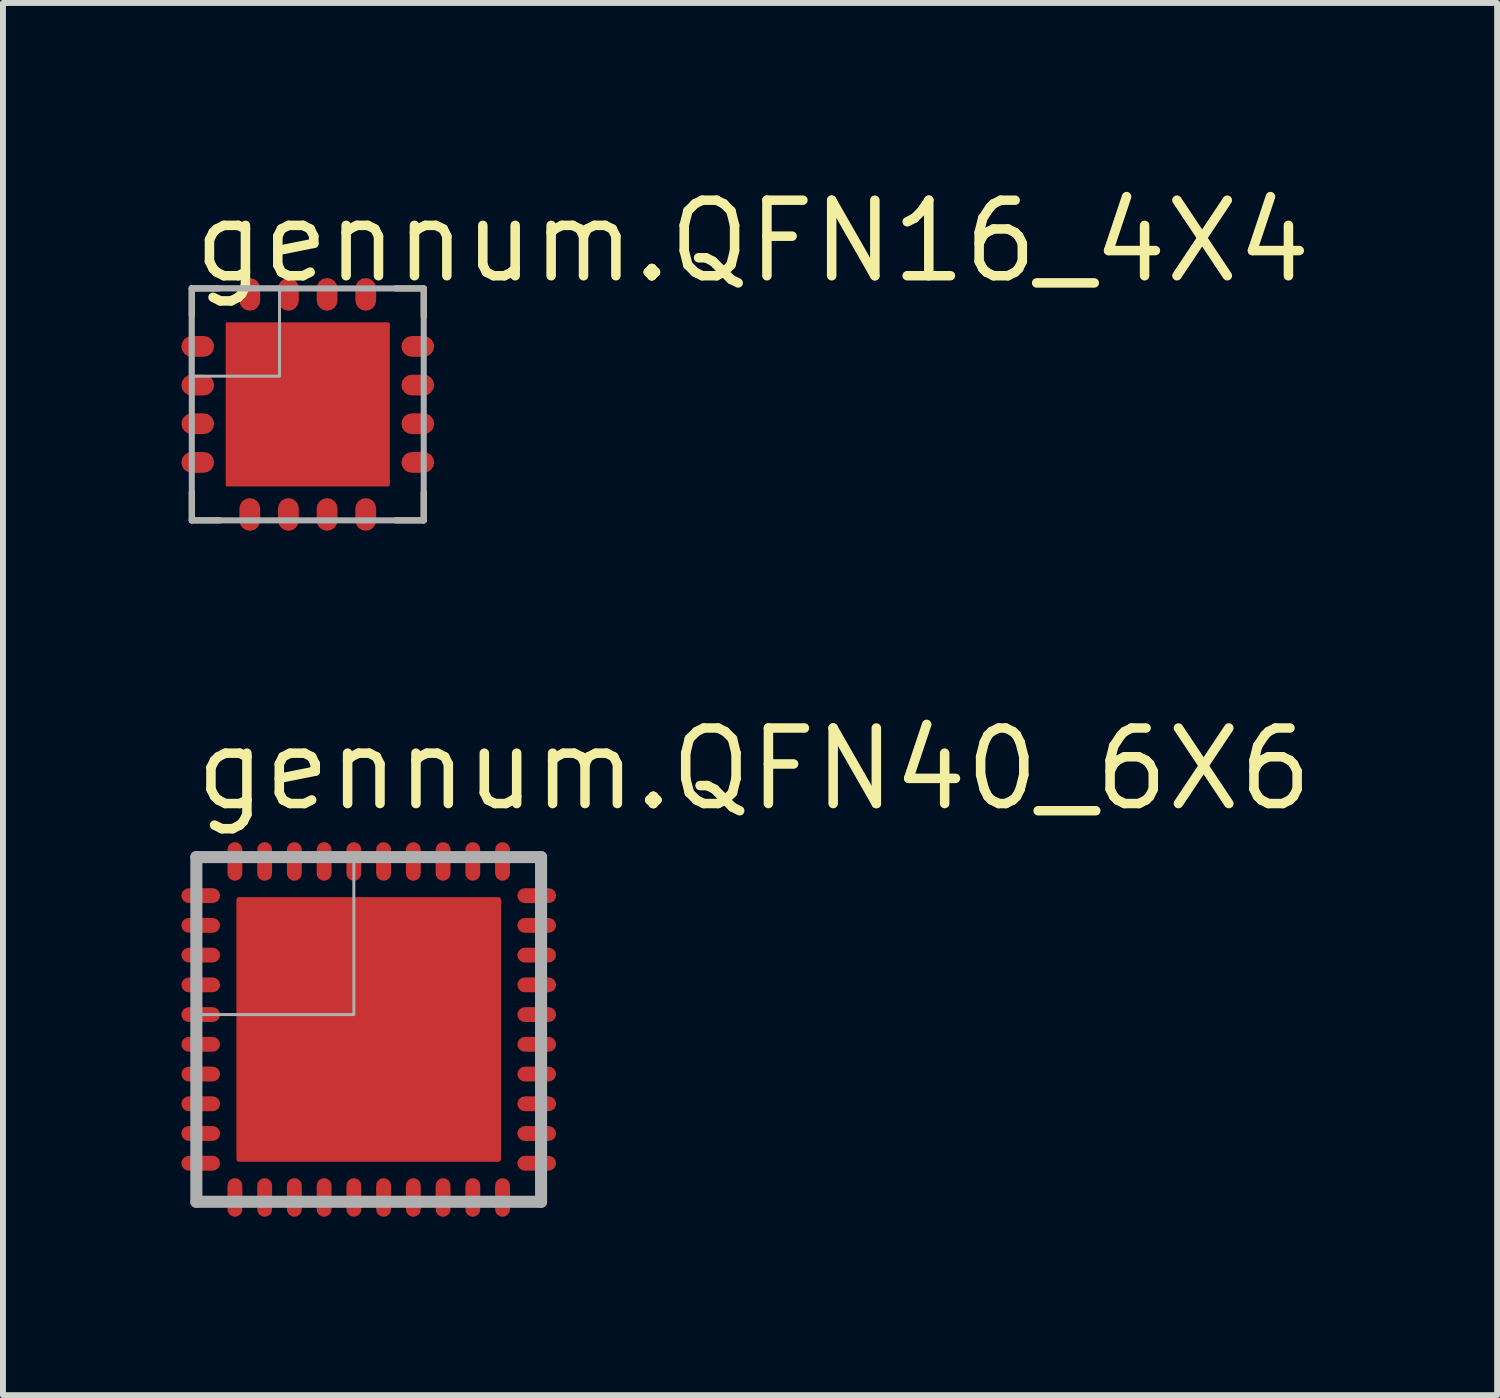
<source format=kicad_pcb>
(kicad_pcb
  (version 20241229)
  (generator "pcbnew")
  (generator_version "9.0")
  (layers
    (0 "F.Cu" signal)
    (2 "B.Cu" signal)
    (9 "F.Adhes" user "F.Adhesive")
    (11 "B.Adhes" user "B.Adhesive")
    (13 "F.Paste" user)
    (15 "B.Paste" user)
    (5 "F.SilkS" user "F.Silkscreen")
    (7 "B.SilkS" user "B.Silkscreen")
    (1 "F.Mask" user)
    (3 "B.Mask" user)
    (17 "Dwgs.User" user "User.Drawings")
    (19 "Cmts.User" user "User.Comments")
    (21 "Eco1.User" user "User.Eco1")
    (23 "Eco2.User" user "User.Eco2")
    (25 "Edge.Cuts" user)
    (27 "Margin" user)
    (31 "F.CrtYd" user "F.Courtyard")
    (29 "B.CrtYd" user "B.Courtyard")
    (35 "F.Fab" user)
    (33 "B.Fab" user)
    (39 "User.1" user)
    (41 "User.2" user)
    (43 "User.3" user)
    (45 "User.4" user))
  (footprint "gennum.QFN40_6X6"
    (layer "F.Cu")
    (at 3.15 14.26)
    (property "Reference" "gennum.QFN40_6X6" (at -3 -3.635 0) (layer "F.SilkS") (effects (font (size 1.27 1.27) (thickness 0.16)) (justify left bottom)))
    (attr smd)
    (fp_poly (pts (xy -2.225 -1.875) (xy -1.875 -2.225) (xy 2.225 -2.225) (xy 2.225 2.225) (xy -2.225 2.225)) (stroke (width 0.203) (type default)) (fill yes) (layer "F.Mask"))
    (fp_poly (pts (xy -2.025 2.025) (xy -2.025 -1.8) (xy -1.8 -2.025) (xy 2.025 -2.025) (xy 2.025 2.025)) (stroke (width 0.203) (type default)) (fill yes) (layer "F.Paste"))
    (fp_line (start -2.898 -2.898) (end -2.898 2.898) (stroke (width 0.203) (type default)) (layer "F.Fab"))
    (fp_line (start -2.898 2.898) (end 2.898 2.898) (stroke (width 0.203) (type default)) (layer "F.Fab"))
    (fp_line (start 2.898 -2.898) (end -2.898 -2.898) (stroke (width 0.203) (type default)) (layer "F.Fab"))
    (fp_line (start 2.898 2.898) (end 2.898 -2.898) (stroke (width 0.203) (type default)) (layer "F.Fab"))
    (fp_rect (start -2.85 -0.25) (end -0.25 -2.85) (stroke (width 0.05) (type default)) (fill no) (layer "F.Fab"))
    (pad "1" smd roundrect (at -2.825 -2.25) (size 0.65 0.25) (layers "F.Cu" "F.Mask" "F.Paste") (roundrect_rratio 0.5))
    (pad "2" smd roundrect (at -2.825 -1.75) (size 0.65 0.25) (layers "F.Cu" "F.Mask" "F.Paste") (roundrect_rratio 0.5))
    (pad "3" smd roundrect (at -2.825 -1.25) (size 0.65 0.25) (layers "F.Cu" "F.Mask" "F.Paste") (roundrect_rratio 0.5))
    (pad "4" smd roundrect (at -2.825 -0.75) (size 0.65 0.25) (layers "F.Cu" "F.Mask" "F.Paste") (roundrect_rratio 0.5))
    (pad "5" smd roundrect (at -2.825 -0.25) (size 0.65 0.25) (layers "F.Cu" "F.Mask" "F.Paste") (roundrect_rratio 0.5))
    (pad "6" smd roundrect (at -2.825 0.25) (size 0.65 0.25) (layers "F.Cu" "F.Mask" "F.Paste") (roundrect_rratio 0.5))
    (pad "7" smd roundrect (at -2.825 0.75) (size 0.65 0.25) (layers "F.Cu" "F.Mask" "F.Paste") (roundrect_rratio 0.5))
    (pad "8" smd roundrect (at -2.825 1.25) (size 0.65 0.25) (layers "F.Cu" "F.Mask" "F.Paste") (roundrect_rratio 0.5))
    (pad "9" smd roundrect (at -2.825 1.75) (size 0.65 0.25) (layers "F.Cu" "F.Mask" "F.Paste") (roundrect_rratio 0.5))
    (pad "10" smd roundrect (at -2.825 2.25) (size 0.65 0.25) (layers "F.Cu" "F.Mask" "F.Paste") (roundrect_rratio 0.5))
    (pad "11" smd roundrect (at -2.25 2.825) (size 0.25 0.65) (layers "F.Cu" "F.Mask" "F.Paste") (roundrect_rratio 0.5))
    (pad "12" smd roundrect (at -1.75 2.825) (size 0.25 0.65) (layers "F.Cu" "F.Mask" "F.Paste") (roundrect_rratio 0.5))
    (pad "13" smd roundrect (at -1.25 2.825) (size 0.25 0.65) (layers "F.Cu" "F.Mask" "F.Paste") (roundrect_rratio 0.5))
    (pad "14" smd roundrect (at -0.75 2.825) (size 0.25 0.65) (layers "F.Cu" "F.Mask" "F.Paste") (roundrect_rratio 0.5))
    (pad "15" smd roundrect (at -0.25 2.825) (size 0.25 0.65) (layers "F.Cu" "F.Mask" "F.Paste") (roundrect_rratio 0.5))
    (pad "16" smd roundrect (at 0.25 2.825) (size 0.25 0.65) (layers "F.Cu" "F.Mask" "F.Paste") (roundrect_rratio 0.5))
    (pad "17" smd roundrect (at 0.75 2.825) (size 0.25 0.65) (layers "F.Cu" "F.Mask" "F.Paste") (roundrect_rratio 0.5))
    (pad "18" smd roundrect (at 1.25 2.825) (size 0.25 0.65) (layers "F.Cu" "F.Mask" "F.Paste") (roundrect_rratio 0.5))
    (pad "19" smd roundrect (at 1.75 2.825) (size 0.25 0.65) (layers "F.Cu" "F.Mask" "F.Paste") (roundrect_rratio 0.5))
    (pad "20" smd roundrect (at 2.25 2.825) (size 0.25 0.65) (layers "F.Cu" "F.Mask" "F.Paste") (roundrect_rratio 0.5))
    (pad "21" smd roundrect (at 2.825 2.25) (size 0.65 0.25) (layers "F.Cu" "F.Mask" "F.Paste") (roundrect_rratio 0.5))
    (pad "22" smd roundrect (at 2.825 1.75) (size 0.65 0.25) (layers "F.Cu" "F.Mask" "F.Paste") (roundrect_rratio 0.5))
    (pad "23" smd roundrect (at 2.825 1.25) (size 0.65 0.25) (layers "F.Cu" "F.Mask" "F.Paste") (roundrect_rratio 0.5))
    (pad "24" smd roundrect (at 2.825 0.75) (size 0.65 0.25) (layers "F.Cu" "F.Mask" "F.Paste") (roundrect_rratio 0.5))
    (pad "25" smd roundrect (at 2.825 0.25) (size 0.65 0.25) (layers "F.Cu" "F.Mask" "F.Paste") (roundrect_rratio 0.5))
    (pad "26" smd roundrect (at 2.825 -0.25) (size 0.65 0.25) (layers "F.Cu" "F.Mask" "F.Paste") (roundrect_rratio 0.5))
    (pad "27" smd roundrect (at 2.825 -0.75) (size 0.65 0.25) (layers "F.Cu" "F.Mask" "F.Paste") (roundrect_rratio 0.5))
    (pad "28" smd roundrect (at 2.825 -1.25) (size 0.65 0.25) (layers "F.Cu" "F.Mask" "F.Paste") (roundrect_rratio 0.5))
    (pad "29" smd roundrect (at 2.825 -1.75) (size 0.65 0.25) (layers "F.Cu" "F.Mask" "F.Paste") (roundrect_rratio 0.5))
    (pad "30" smd roundrect (at 2.825 -2.25) (size 0.65 0.25) (layers "F.Cu" "F.Mask" "F.Paste") (roundrect_rratio 0.5))
    (pad "31" smd roundrect (at 2.25 -2.825) (size 0.25 0.65) (layers "F.Cu" "F.Mask" "F.Paste") (roundrect_rratio 0.5))
    (pad "32" smd roundrect (at 1.75 -2.825) (size 0.25 0.65) (layers "F.Cu" "F.Mask" "F.Paste") (roundrect_rratio 0.5))
    (pad "33" smd roundrect (at 1.25 -2.825) (size 0.25 0.65) (layers "F.Cu" "F.Mask" "F.Paste") (roundrect_rratio 0.5))
    (pad "34" smd roundrect (at 0.75 -2.825) (size 0.25 0.65) (layers "F.Cu" "F.Mask" "F.Paste") (roundrect_rratio 0.5))
    (pad "35" smd roundrect (at 0.25 -2.825) (size 0.25 0.65) (layers "F.Cu" "F.Mask" "F.Paste") (roundrect_rratio 0.5))
    (pad "36" smd roundrect (at -0.25 -2.825) (size 0.25 0.65) (layers "F.Cu" "F.Mask" "F.Paste") (roundrect_rratio 0.5))
    (pad "37" smd roundrect (at -0.75 -2.825) (size 0.25 0.65) (layers "F.Cu" "F.Mask" "F.Paste") (roundrect_rratio 0.5))
    (pad "38" smd roundrect (at -1.25 -2.825) (size 0.25 0.65) (layers "F.Cu" "F.Mask" "F.Paste") (roundrect_rratio 0.5))
    (pad "39" smd roundrect (at -1.75 -2.825) (size 0.25 0.65) (layers "F.Cu" "F.Mask" "F.Paste") (roundrect_rratio 0.5))
    (pad "40" smd roundrect (at -2.25 -2.825) (size 0.25 0.65) (layers "F.Cu" "F.Mask" "F.Paste") (roundrect_rratio 0.5))
    (pad "EXP" smd roundrect (at 0 0) (size 4.45 4.45) (layers "F.Cu" "F.Mask" "F.Paste") (roundrect_rratio 0.01)))
  (footprint "gennum.QFN16_4X4"
    (layer "F.Cu")
    (at 2.125 3.75)
    (property "Reference" "gennum.QFN16_4X4" (at -2 -2 0) (layer "F.SilkS") (effects (font (size 1.27 1.27) (thickness 0.16)) (justify left bottom)))
    (attr smd)
    (fp_poly (pts (xy -1.325 -1.075) (xy -1.075 -1.325) (xy 1.325 -1.325) (xy 1.325 1.325) (xy -1.325 1.325)) (stroke (width 0.203) (type default)) (fill yes) (layer "F.Mask"))
    (fp_line (start -1.95 -1.95) (end -1.5 -1.95) (stroke (width 0.102) (type default)) (layer "F.SilkS"))
    (fp_line (start -1.95 -1.5) (end -1.95 -1.95) (stroke (width 0.102) (type default)) (layer "F.SilkS"))
    (fp_line (start -1.95 1.95) (end -1.95 1.475) (stroke (width 0.102) (type default)) (layer "F.SilkS"))
    (fp_line (start -1.475 1.95) (end -1.95 1.95) (stroke (width 0.102) (type default)) (layer "F.SilkS"))
    (fp_line (start 1.475 -1.95) (end 1.95 -1.95) (stroke (width 0.102) (type default)) (layer "F.SilkS"))
    (fp_line (start 1.95 -1.95) (end 1.95 -1.475) (stroke (width 0.102) (type default)) (layer "F.SilkS"))
    (fp_line (start 1.95 1.475) (end 1.95 1.95) (stroke (width 0.102) (type default)) (layer "F.SilkS"))
    (fp_line (start 1.95 1.95) (end 1.475 1.95) (stroke (width 0.102) (type default)) (layer "F.SilkS"))
    (fp_poly (pts (xy -1.125 1.2) (xy -1.125 -0.975) (xy -0.975 -1.125) (xy 1.125 -1.125) (xy 1.125 1.2)) (stroke (width 0.203) (type default)) (fill yes) (layer "F.Paste"))
    (fp_line (start -1.95 -1.95) (end 1.95 -1.95) (stroke (width 0.102) (type default)) (layer "F.Fab"))
    (fp_line (start -1.95 1.95) (end -1.95 -1.95) (stroke (width 0.102) (type default)) (layer "F.Fab"))
    (fp_line (start 1.95 -1.95) (end 1.95 1.95) (stroke (width 0.102) (type default)) (layer "F.Fab"))
    (fp_line (start 1.95 1.95) (end -1.95 1.95) (stroke (width 0.102) (type default)) (layer "F.Fab"))
    (fp_rect (start -1.975 -0.475) (end -0.475 -1.975) (stroke (width 0.05) (type default)) (fill no) (layer "F.Fab"))
    (pad "1" smd roundrect (at -1.85 -0.975) (size 0.55 0.35) (layers "F.Cu" "F.Mask" "F.Paste") (roundrect_rratio 0.5))
    (pad "2" smd roundrect (at -1.85 -0.325) (size 0.55 0.35) (layers "F.Cu" "F.Mask" "F.Paste") (roundrect_rratio 0.5))
    (pad "3" smd roundrect (at -1.85 0.325) (size 0.55 0.35) (layers "F.Cu" "F.Mask" "F.Paste") (roundrect_rratio 0.5))
    (pad "4" smd roundrect (at -1.85 0.975) (size 0.55 0.35) (layers "F.Cu" "F.Mask" "F.Paste") (roundrect_rratio 0.5))
    (pad "5" smd roundrect (at -0.975 1.85 90) (size 0.55 0.35) (layers "F.Cu" "F.Mask" "F.Paste") (roundrect_rratio 0.5))
    (pad "6" smd roundrect (at -0.325 1.85 90) (size 0.55 0.35) (layers "F.Cu" "F.Mask" "F.Paste") (roundrect_rratio 0.5))
    (pad "7" smd roundrect (at 0.325 1.85 90) (size 0.55 0.35) (layers "F.Cu" "F.Mask" "F.Paste") (roundrect_rratio 0.5))
    (pad "8" smd roundrect (at 0.975 1.85 90) (size 0.55 0.35) (layers "F.Cu" "F.Mask" "F.Paste") (roundrect_rratio 0.5))
    (pad "9" smd roundrect (at 1.85 0.975 180) (size 0.55 0.35) (layers "F.Cu" "F.Mask" "F.Paste") (roundrect_rratio 0.5))
    (pad "10" smd roundrect (at 1.85 0.325 180) (size 0.55 0.35) (layers "F.Cu" "F.Mask" "F.Paste") (roundrect_rratio 0.5))
    (pad "11" smd roundrect (at 1.85 -0.325 180) (size 0.55 0.35) (layers "F.Cu" "F.Mask" "F.Paste") (roundrect_rratio 0.5))
    (pad "12" smd roundrect (at 1.85 -0.975 180) (size 0.55 0.35) (layers "F.Cu" "F.Mask" "F.Paste") (roundrect_rratio 0.5))
    (pad "13" smd roundrect (at 0.975 -1.85 270) (size 0.55 0.35) (layers "F.Cu" "F.Mask" "F.Paste") (roundrect_rratio 0.5))
    (pad "14" smd roundrect (at 0.325 -1.85 270) (size 0.55 0.35) (layers "F.Cu" "F.Mask" "F.Paste") (roundrect_rratio 0.5))
    (pad "15" smd roundrect (at -0.325 -1.85 270) (size 0.55 0.35) (layers "F.Cu" "F.Mask" "F.Paste") (roundrect_rratio 0.5))
    (pad "16" smd roundrect (at -0.975 -1.85 270) (size 0.55 0.35) (layers "F.Cu" "F.Mask" "F.Paste") (roundrect_rratio 0.5))
    (pad "EXP" smd roundrect (at 0 0) (size 2.76 2.76) (layers "F.Cu" "F.Mask" "F.Paste") (roundrect_rratio 0.01)))
  (gr_rect
    (start -3 -3)
    (end 22.124 20.41)
    (stroke (width 0.1) (type default))
    (fill no)
    (layer "Edge.Cuts")))
</source>
